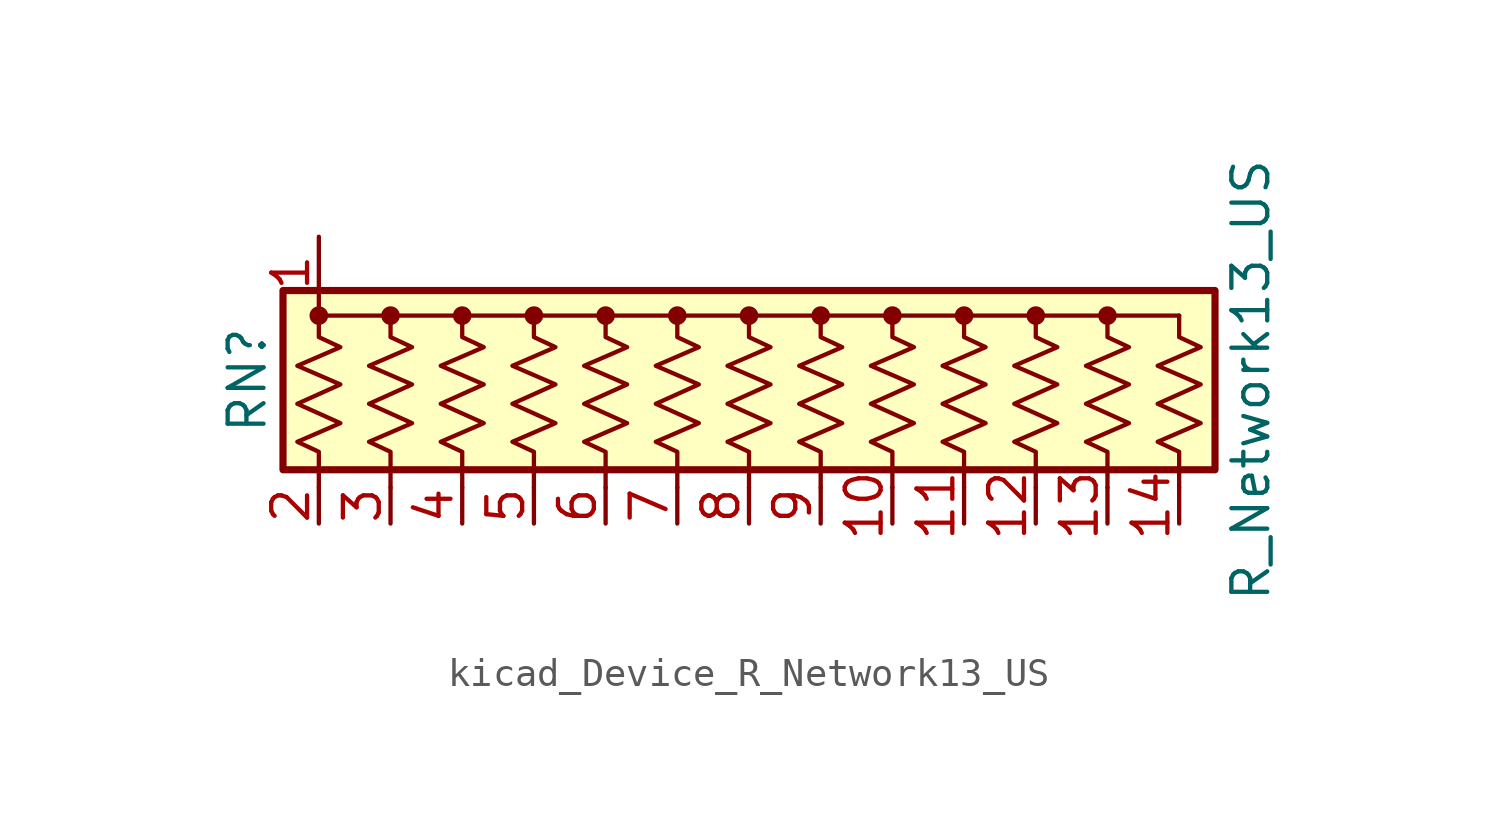
<source format=kicad_sym>
(kicad_symbol_lib
  (version 20220914)
  (generator kicad_symbol_editor)
  (symbol "kicad_Device_R_Network13_US"
    (pin_names
      (offset 0) hide)
    (property "Reference" "RN"
      (at -17.78 0 90)
      (effects (font (size 1.27 1.27))))
    (property "Value" "R_Network13_US"
      (at 17.78 0 90)
      (effects (font (size 1.27 1.27))))
    (symbol "kicad_Device_R_Network13_US_0_1"
      (rectangle (start -16.51 -3.175) (end 16.51 3.175) (stroke (width 0.254) (type default)) (fill (type background)))
      (circle (center -15.24 2.286) (radius 0.254) (stroke (width 0) (type default)) (fill (type outline)))
      (circle (center -12.7 2.286) (radius 0.254) (stroke (width 0) (type default)) (fill (type outline)))
      (circle (center -10.16 2.286) (radius 0.254) (stroke (width 0) (type default)) (fill (type outline)))
      (circle (center -7.62 2.286) (radius 0.254) (stroke (width 0) (type default)) (fill (type outline)))
      (circle (center -5.08 2.286) (radius 0.254) (stroke (width 0) (type default)) (fill (type outline)))
      (circle (center -2.54 2.286) (radius 0.254) (stroke (width 0) (type default)) (fill (type outline)))
      (polyline (pts (xy -15.24 2.286) (xy 15.24 2.286)) (stroke (width 0) (type default)) (fill (type none)))
      (polyline (pts (xy -15.24 2.286) (xy -15.24 1.524) (xy -14.478 1.168) (xy -16.002 0.508) (xy -14.478 -0.152) (xy -16.002 -0.838) (xy -14.478 -1.524) (xy -16.002 -2.184) (xy -15.24 -2.54) (xy -15.24 -3.81)) (stroke (width 0) (type default)) (fill (type none)))
      (polyline (pts (xy -12.7 2.286) (xy -12.7 1.524) (xy -11.938 1.168) (xy -13.462 0.508) (xy -11.938 -0.152) (xy -13.462 -0.838) (xy -11.938 -1.524) (xy -13.462 -2.184) (xy -12.7 -2.54) (xy -12.7 -3.81)) (stroke (width 0) (type default)) (fill (type none)))
      (polyline (pts (xy -10.16 2.286) (xy -10.16 1.524) (xy -9.398 1.168) (xy -10.922 0.508) (xy -9.398 -0.152) (xy -10.922 -0.838) (xy -9.398 -1.524) (xy -10.922 -2.184) (xy -10.16 -2.54) (xy -10.16 -3.81)) (stroke (width 0) (type default)) (fill (type none)))
      (polyline (pts (xy -7.62 2.286) (xy -7.62 1.524) (xy -6.858 1.168) (xy -8.382 0.508) (xy -6.858 -0.152) (xy -8.382 -0.838) (xy -6.858 -1.524) (xy -8.382 -2.184) (xy -7.62 -2.54) (xy -7.62 -3.81)) (stroke (width 0) (type default)) (fill (type none)))
      (polyline (pts (xy -5.08 2.286) (xy -5.08 1.524) (xy -4.318 1.168) (xy -5.842 0.508) (xy -4.318 -0.152) (xy -5.842 -0.838) (xy -4.318 -1.524) (xy -5.842 -2.184) (xy -5.08 -2.54) (xy -5.08 -3.81)) (stroke (width 0) (type default)) (fill (type none)))
      (polyline (pts (xy -2.54 2.286) (xy -2.54 1.524) (xy -1.778 1.168) (xy -3.302 0.508) (xy -1.778 -0.152) (xy -3.302 -0.838) (xy -1.778 -1.524) (xy -3.302 -2.184) (xy -2.54 -2.54) (xy -2.54 -3.81)) (stroke (width 0) (type default)) (fill (type none)))
      (polyline (pts (xy 0 2.286) (xy 0 1.524) (xy 0.762 1.168) (xy -0.762 0.508) (xy 0.762 -0.152) (xy -0.762 -0.838) (xy 0.762 -1.524) (xy -0.762 -2.184) (xy 0 -2.54) (xy 0 -3.81)) (stroke (width 0) (type default)) (fill (type none)))
      (polyline (pts (xy 2.54 2.286) (xy 2.54 1.524) (xy 3.302 1.168) (xy 1.778 0.508) (xy 3.302 -0.152) (xy 1.778 -0.838) (xy 3.302 -1.524) (xy 1.778 -2.184) (xy 2.54 -2.54) (xy 2.54 -3.81)) (stroke (width 0) (type default)) (fill (type none)))
      (polyline (pts (xy 5.08 2.286) (xy 5.08 1.524) (xy 5.842 1.168) (xy 4.318 0.508) (xy 5.842 -0.152) (xy 4.318 -0.838) (xy 5.842 -1.524) (xy 4.318 -2.184) (xy 5.08 -2.54) (xy 5.08 -3.81)) (stroke (width 0) (type default)) (fill (type none)))
      (polyline (pts (xy 7.62 2.286) (xy 7.62 1.524) (xy 8.382 1.168) (xy 6.858 0.508) (xy 8.382 -0.152) (xy 6.858 -0.838) (xy 8.382 -1.524) (xy 6.858 -2.184) (xy 7.62 -2.54) (xy 7.62 -3.81)) (stroke (width 0) (type default)) (fill (type none)))
      (polyline (pts (xy 10.16 2.286) (xy 10.16 1.524) (xy 10.922 1.168) (xy 9.398 0.508) (xy 10.922 -0.152) (xy 9.398 -0.838) (xy 10.922 -1.524) (xy 9.398 -2.184) (xy 10.16 -2.54) (xy 10.16 -3.81)) (stroke (width 0) (type default)) (fill (type none)))
      (polyline (pts (xy 12.7 2.286) (xy 12.7 1.524) (xy 13.462 1.168) (xy 11.938 0.508) (xy 13.462 -0.152) (xy 11.938 -0.838) (xy 13.462 -1.524) (xy 11.938 -2.184) (xy 12.7 -2.54) (xy 12.7 -3.81)) (stroke (width 0) (type default)) (fill (type none)))
      (polyline (pts (xy 15.24 2.286) (xy 15.24 1.524) (xy 16.002 1.168) (xy 14.478 0.508) (xy 16.002 -0.152) (xy 14.478 -0.838) (xy 16.002 -1.524) (xy 14.478 -2.184) (xy 15.24 -2.54) (xy 15.24 -3.81)) (stroke (width 0) (type default)) (fill (type none)))
      (circle (center 0 2.286) (radius 0.254) (stroke (width 0) (type default)) (fill (type outline)))
      (circle (center 2.54 2.286) (radius 0.254) (stroke (width 0) (type default)) (fill (type outline)))
      (circle (center 5.08 2.286) (radius 0.254) (stroke (width 0) (type default)) (fill (type outline)))
      (circle (center 7.62 2.286) (radius 0.254) (stroke (width 0) (type default)) (fill (type outline)))
      (circle (center 10.16 2.286) (radius 0.254) (stroke (width 0) (type default)) (fill (type outline)))
      (circle (center 12.7 2.286) (radius 0.254) (stroke (width 0) (type default)) (fill (type outline))))
    (symbol "kicad_Device_R_Network13_US_1_1"
      (pin passive line (at -15.24 5.08 270) (length 2.54) (name "common" (effects (font (size 1.27 1.27)))) (number "1" (effects (font (size 1.27 1.27)))))
      (pin passive line (at 5.08 -5.08 90) (length 1.27) (name "R9" (effects (font (size 1.27 1.27)))) (number "10" (effects (font (size 1.27 1.27)))))
      (pin passive line (at 7.62 -5.08 90) (length 1.27) (name "R10" (effects (font (size 1.27 1.27)))) (number "11" (effects (font (size 1.27 1.27)))))
      (pin passive line (at 10.16 -5.08 90) (length 1.27) (name "R11" (effects (font (size 1.27 1.27)))) (number "12" (effects (font (size 1.27 1.27)))))
      (pin passive line (at 12.7 -5.08 90) (length 1.27) (name "R12" (effects (font (size 1.27 1.27)))) (number "13" (effects (font (size 1.27 1.27)))))
      (pin passive line (at 15.24 -5.08 90) (length 1.27) (name "R13" (effects (font (size 1.27 1.27)))) (number "14" (effects (font (size 1.27 1.27)))))
      (pin passive line (at -15.24 -5.08 90) (length 1.27) (name "R1" (effects (font (size 1.27 1.27)))) (number "2" (effects (font (size 1.27 1.27)))))
      (pin passive line (at -12.7 -5.08 90) (length 1.27) (name "R2" (effects (font (size 1.27 1.27)))) (number "3" (effects (font (size 1.27 1.27)))))
      (pin passive line (at -10.16 -5.08 90) (length 1.27) (name "R3" (effects (font (size 1.27 1.27)))) (number "4" (effects (font (size 1.27 1.27)))))
      (pin passive line (at -7.62 -5.08 90) (length 1.27) (name "R4" (effects (font (size 1.27 1.27)))) (number "5" (effects (font (size 1.27 1.27)))))
      (pin passive line (at -5.08 -5.08 90) (length 1.27) (name "R5" (effects (font (size 1.27 1.27)))) (number "6" (effects (font (size 1.27 1.27)))))
      (pin passive line (at -2.54 -5.08 90) (length 1.27) (name "R6" (effects (font (size 1.27 1.27)))) (number "7" (effects (font (size 1.27 1.27)))))
      (pin passive line (at 0 -5.08 90) (length 1.27) (name "R7" (effects (font (size 1.27 1.27)))) (number "8" (effects (font (size 1.27 1.27)))))
      (pin passive line (at 2.54 -5.08 90) (length 1.27) (name "R8" (effects (font (size 1.27 1.27)))) (number "9" (effects (font (size 1.27 1.27))))))))
</source>
